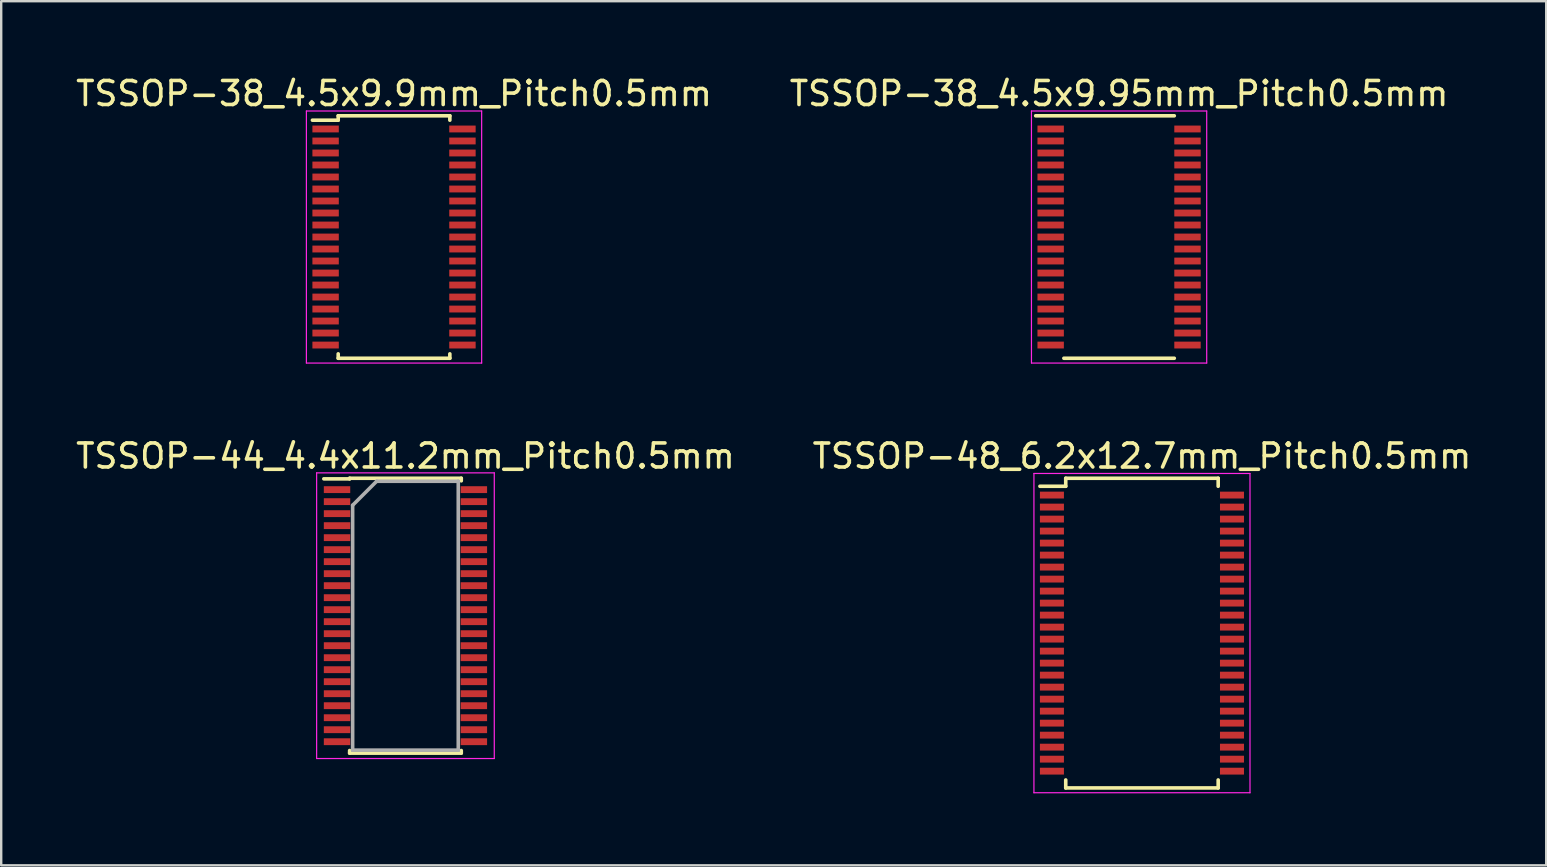
<source format=kicad_pcb>
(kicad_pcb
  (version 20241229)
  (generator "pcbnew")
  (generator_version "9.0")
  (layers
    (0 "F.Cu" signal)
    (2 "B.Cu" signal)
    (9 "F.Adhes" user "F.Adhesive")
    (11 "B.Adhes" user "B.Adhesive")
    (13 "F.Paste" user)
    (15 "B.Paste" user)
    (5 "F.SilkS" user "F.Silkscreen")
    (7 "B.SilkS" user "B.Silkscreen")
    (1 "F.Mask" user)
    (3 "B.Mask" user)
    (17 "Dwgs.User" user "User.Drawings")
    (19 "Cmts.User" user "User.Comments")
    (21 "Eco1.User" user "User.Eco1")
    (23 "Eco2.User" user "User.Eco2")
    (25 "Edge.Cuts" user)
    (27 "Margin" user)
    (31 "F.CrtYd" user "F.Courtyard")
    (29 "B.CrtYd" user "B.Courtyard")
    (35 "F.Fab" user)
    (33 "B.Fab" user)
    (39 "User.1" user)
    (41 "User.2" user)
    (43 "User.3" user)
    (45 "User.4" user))
  (footprint "TSSOP-48_6.2x12.7mm_Pitch0.5mm"
    (layer "F.Cu")
    (at 44.518 23.322)
    (property "Reference" "TSSOP-48_6.2x12.7mm_Pitch0.5mm" (at 0 -7.375 0) (layer "F.SilkS") (effects (font (size 1 1) (thickness 0.15))))
    (attr smd)
    (fp_line (start -3.175 -6.45) (end -3.175 -6.117) (stroke (width 0.15) (type solid)) (layer "F.SilkS"))
    (fp_line (start -3.175 -6.45) (end 3.175 -6.45) (stroke (width 0.15) (type solid)) (layer "F.SilkS"))
    (fp_line (start -3.175 -6.117) (end -4.25 -6.117) (stroke (width 0.15) (type solid)) (layer "F.SilkS"))
    (fp_line (start -3.175 6.45) (end -3.175 6.117) (stroke (width 0.15) (type solid)) (layer "F.SilkS"))
    (fp_line (start -3.175 6.45) (end 3.175 6.45) (stroke (width 0.15) (type solid)) (layer "F.SilkS"))
    (fp_line (start 3.175 -6.45) (end 3.175 -6.117) (stroke (width 0.15) (type solid)) (layer "F.SilkS"))
    (fp_line (start 3.175 6.45) (end 3.175 6.117) (stroke (width 0.15) (type solid)) (layer "F.SilkS"))
    (fp_line (start -4.5 -6.65) (end -4.5 6.65) (stroke (width 0.05) (type solid)) (layer "F.CrtYd"))
    (fp_line (start -4.5 -6.65) (end 4.5 -6.65) (stroke (width 0.05) (type solid)) (layer "F.CrtYd"))
    (fp_line (start -4.5 6.65) (end 4.5 6.65) (stroke (width 0.05) (type solid)) (layer "F.CrtYd"))
    (fp_line (start 4.5 -6.65) (end 4.5 6.65) (stroke (width 0.05) (type solid)) (layer "F.CrtYd"))
    (pad "1" smd rect (at -3.75 -5.75) (size 1 0.285) (layers "F.Cu" "F.Mask" "F.Paste"))
    (pad "2" smd rect (at -3.75 -5.25) (size 1 0.285) (layers "F.Cu" "F.Mask" "F.Paste"))
    (pad "3" smd rect (at -3.75 -4.75) (size 1 0.285) (layers "F.Cu" "F.Mask" "F.Paste"))
    (pad "4" smd rect (at -3.75 -4.25) (size 1 0.285) (layers "F.Cu" "F.Mask" "F.Paste"))
    (pad "5" smd rect (at -3.75 -3.75) (size 1 0.285) (layers "F.Cu" "F.Mask" "F.Paste"))
    (pad "6" smd rect (at -3.75 -3.25) (size 1 0.285) (layers "F.Cu" "F.Mask" "F.Paste"))
    (pad "7" smd rect (at -3.75 -2.75) (size 1 0.285) (layers "F.Cu" "F.Mask" "F.Paste"))
    (pad "8" smd rect (at -3.75 -2.25) (size 1 0.285) (layers "F.Cu" "F.Mask" "F.Paste"))
    (pad "9" smd rect (at -3.75 -1.75) (size 1 0.285) (layers "F.Cu" "F.Mask" "F.Paste"))
    (pad "10" smd rect (at -3.75 -1.25) (size 1 0.285) (layers "F.Cu" "F.Mask" "F.Paste"))
    (pad "11" smd rect (at -3.75 -0.75) (size 1 0.285) (layers "F.Cu" "F.Mask" "F.Paste"))
    (pad "12" smd rect (at -3.75 -0.25) (size 1 0.285) (layers "F.Cu" "F.Mask" "F.Paste"))
    (pad "13" smd rect (at -3.75 0.25) (size 1 0.285) (layers "F.Cu" "F.Mask" "F.Paste"))
    (pad "14" smd rect (at -3.75 0.75) (size 1 0.285) (layers "F.Cu" "F.Mask" "F.Paste"))
    (pad "15" smd rect (at -3.75 1.25) (size 1 0.285) (layers "F.Cu" "F.Mask" "F.Paste"))
    (pad "16" smd rect (at -3.75 1.75) (size 1 0.285) (layers "F.Cu" "F.Mask" "F.Paste"))
    (pad "17" smd rect (at -3.75 2.25) (size 1 0.285) (layers "F.Cu" "F.Mask" "F.Paste"))
    (pad "18" smd rect (at -3.75 2.75) (size 1 0.285) (layers "F.Cu" "F.Mask" "F.Paste"))
    (pad "19" smd rect (at -3.75 3.25) (size 1 0.285) (layers "F.Cu" "F.Mask" "F.Paste"))
    (pad "20" smd rect (at -3.75 3.75) (size 1 0.285) (layers "F.Cu" "F.Mask" "F.Paste"))
    (pad "21" smd rect (at -3.75 4.25) (size 1 0.285) (layers "F.Cu" "F.Mask" "F.Paste"))
    (pad "22" smd rect (at -3.75 4.75) (size 1 0.285) (layers "F.Cu" "F.Mask" "F.Paste"))
    (pad "23" smd rect (at -3.75 5.25) (size 1 0.285) (layers "F.Cu" "F.Mask" "F.Paste"))
    (pad "24" smd rect (at -3.75 5.75) (size 1 0.285) (layers "F.Cu" "F.Mask" "F.Paste"))
    (pad "25" smd rect (at 3.75 5.75) (size 1 0.285) (layers "F.Cu" "F.Mask" "F.Paste"))
    (pad "26" smd rect (at 3.75 5.25) (size 1 0.285) (layers "F.Cu" "F.Mask" "F.Paste"))
    (pad "27" smd rect (at 3.75 4.75) (size 1 0.285) (layers "F.Cu" "F.Mask" "F.Paste"))
    (pad "28" smd rect (at 3.75 4.25) (size 1 0.285) (layers "F.Cu" "F.Mask" "F.Paste"))
    (pad "29" smd rect (at 3.75 3.75) (size 1 0.285) (layers "F.Cu" "F.Mask" "F.Paste"))
    (pad "30" smd rect (at 3.75 3.25) (size 1 0.285) (layers "F.Cu" "F.Mask" "F.Paste"))
    (pad "31" smd rect (at 3.75 2.75) (size 1 0.285) (layers "F.Cu" "F.Mask" "F.Paste"))
    (pad "32" smd rect (at 3.75 2.25) (size 1 0.285) (layers "F.Cu" "F.Mask" "F.Paste"))
    (pad "33" smd rect (at 3.75 1.75) (size 1 0.285) (layers "F.Cu" "F.Mask" "F.Paste"))
    (pad "34" smd rect (at 3.75 1.25) (size 1 0.285) (layers "F.Cu" "F.Mask" "F.Paste"))
    (pad "35" smd rect (at 3.75 0.75) (size 1 0.285) (layers "F.Cu" "F.Mask" "F.Paste"))
    (pad "36" smd rect (at 3.75 0.25) (size 1 0.285) (layers "F.Cu" "F.Mask" "F.Paste"))
    (pad "37" smd rect (at 3.75 -0.25) (size 1 0.285) (layers "F.Cu" "F.Mask" "F.Paste"))
    (pad "38" smd rect (at 3.75 -0.75) (size 1 0.285) (layers "F.Cu" "F.Mask" "F.Paste"))
    (pad "39" smd rect (at 3.75 -1.25) (size 1 0.285) (layers "F.Cu" "F.Mask" "F.Paste"))
    (pad "40" smd rect (at 3.75 -1.75) (size 1 0.285) (layers "F.Cu" "F.Mask" "F.Paste"))
    (pad "41" smd rect (at 3.75 -2.25) (size 1 0.285) (layers "F.Cu" "F.Mask" "F.Paste"))
    (pad "42" smd rect (at 3.75 -2.75) (size 1 0.285) (layers "F.Cu" "F.Mask" "F.Paste"))
    (pad "43" smd rect (at 3.75 -3.25) (size 1 0.285) (layers "F.Cu" "F.Mask" "F.Paste"))
    (pad "44" smd rect (at 3.75 -3.75) (size 1 0.285) (layers "F.Cu" "F.Mask" "F.Paste"))
    (pad "45" smd rect (at 3.75 -4.25) (size 1 0.285) (layers "F.Cu" "F.Mask" "F.Paste"))
    (pad "46" smd rect (at 3.75 -4.75) (size 1 0.285) (layers "F.Cu" "F.Mask" "F.Paste"))
    (pad "47" smd rect (at 3.75 -5.25) (size 1 0.285) (layers "F.Cu" "F.Mask" "F.Paste"))
    (pad "48" smd rect (at 3.75 -5.75) (size 1 0.285) (layers "F.Cu" "F.Mask" "F.Paste")))
  (footprint "TSSOP-38_4.5x9.95mm_Pitch0.5mm"
    (layer "F.Cu")
    (at 43.565 6.823)
    (property "Reference" "TSSOP-38_4.5x9.95mm_Pitch0.5mm" (at 0 -5.975 0) (layer "F.SilkS") (effects (font (size 1 1) (thickness 0.15))))
    (attr smd)
    (fp_line (start -3.475 -5.05) (end 2.3 -5.05) (stroke (width 0.15) (type solid)) (layer "F.SilkS"))
    (fp_line (start -2.3 5.05) (end 2.3 5.05) (stroke (width 0.15) (type solid)) (layer "F.SilkS"))
    (fp_line (start -3.65 -5.25) (end -3.65 5.25) (stroke (width 0.05) (type solid)) (layer "F.CrtYd"))
    (fp_line (start -3.65 -5.25) (end 3.65 -5.25) (stroke (width 0.05) (type solid)) (layer "F.CrtYd"))
    (fp_line (start -3.65 5.25) (end 3.65 5.25) (stroke (width 0.05) (type solid)) (layer "F.CrtYd"))
    (fp_line (start 3.65 -5.25) (end 3.65 5.25) (stroke (width 0.05) (type solid)) (layer "F.CrtYd"))
    (pad "1" smd rect (at -2.85 -4.5) (size 1.1 0.285) (layers "F.Cu" "F.Mask" "F.Paste"))
    (pad "2" smd rect (at -2.85 -4) (size 1.1 0.285) (layers "F.Cu" "F.Mask" "F.Paste"))
    (pad "3" smd rect (at -2.85 -3.5) (size 1.1 0.285) (layers "F.Cu" "F.Mask" "F.Paste"))
    (pad "4" smd rect (at -2.85 -3) (size 1.1 0.285) (layers "F.Cu" "F.Mask" "F.Paste"))
    (pad "5" smd rect (at -2.85 -2.5) (size 1.1 0.285) (layers "F.Cu" "F.Mask" "F.Paste"))
    (pad "6" smd rect (at -2.85 -2) (size 1.1 0.285) (layers "F.Cu" "F.Mask" "F.Paste"))
    (pad "7" smd rect (at -2.85 -1.5) (size 1.1 0.285) (layers "F.Cu" "F.Mask" "F.Paste"))
    (pad "8" smd rect (at -2.85 -1) (size 1.1 0.285) (layers "F.Cu" "F.Mask" "F.Paste"))
    (pad "9" smd rect (at -2.85 -0.5) (size 1.1 0.285) (layers "F.Cu" "F.Mask" "F.Paste"))
    (pad "10" smd rect (at -2.85 0) (size 1.1 0.285) (layers "F.Cu" "F.Mask" "F.Paste"))
    (pad "11" smd rect (at -2.85 0.5) (size 1.1 0.285) (layers "F.Cu" "F.Mask" "F.Paste"))
    (pad "12" smd rect (at -2.85 1) (size 1.1 0.285) (layers "F.Cu" "F.Mask" "F.Paste"))
    (pad "13" smd rect (at -2.85 1.5) (size 1.1 0.285) (layers "F.Cu" "F.Mask" "F.Paste"))
    (pad "14" smd rect (at -2.85 2) (size 1.1 0.285) (layers "F.Cu" "F.Mask" "F.Paste"))
    (pad "15" smd rect (at -2.85 2.5) (size 1.1 0.285) (layers "F.Cu" "F.Mask" "F.Paste"))
    (pad "16" smd rect (at -2.85 3) (size 1.1 0.285) (layers "F.Cu" "F.Mask" "F.Paste"))
    (pad "17" smd rect (at -2.85 3.5) (size 1.1 0.285) (layers "F.Cu" "F.Mask" "F.Paste"))
    (pad "18" smd rect (at -2.85 4) (size 1.1 0.285) (layers "F.Cu" "F.Mask" "F.Paste"))
    (pad "19" smd rect (at -2.85 4.5) (size 1.1 0.285) (layers "F.Cu" "F.Mask" "F.Paste"))
    (pad "20" smd rect (at 2.85 4.5) (size 1.1 0.285) (layers "F.Cu" "F.Mask" "F.Paste"))
    (pad "21" smd rect (at 2.85 4) (size 1.1 0.285) (layers "F.Cu" "F.Mask" "F.Paste"))
    (pad "22" smd rect (at 2.85 3.5) (size 1.1 0.285) (layers "F.Cu" "F.Mask" "F.Paste"))
    (pad "23" smd rect (at 2.85 3) (size 1.1 0.285) (layers "F.Cu" "F.Mask" "F.Paste"))
    (pad "24" smd rect (at 2.85 2.5) (size 1.1 0.285) (layers "F.Cu" "F.Mask" "F.Paste"))
    (pad "25" smd rect (at 2.85 2) (size 1.1 0.285) (layers "F.Cu" "F.Mask" "F.Paste"))
    (pad "26" smd rect (at 2.85 1.5) (size 1.1 0.285) (layers "F.Cu" "F.Mask" "F.Paste"))
    (pad "27" smd rect (at 2.85 1) (size 1.1 0.285) (layers "F.Cu" "F.Mask" "F.Paste"))
    (pad "28" smd rect (at 2.85 0.5) (size 1.1 0.285) (layers "F.Cu" "F.Mask" "F.Paste"))
    (pad "29" smd rect (at 2.85 0) (size 1.1 0.285) (layers "F.Cu" "F.Mask" "F.Paste"))
    (pad "30" smd rect (at 2.85 -0.5) (size 1.1 0.285) (layers "F.Cu" "F.Mask" "F.Paste"))
    (pad "31" smd rect (at 2.85 -1) (size 1.1 0.285) (layers "F.Cu" "F.Mask" "F.Paste"))
    (pad "32" smd rect (at 2.85 -1.5) (size 1.1 0.285) (layers "F.Cu" "F.Mask" "F.Paste"))
    (pad "33" smd rect (at 2.85 -2) (size 1.1 0.285) (layers "F.Cu" "F.Mask" "F.Paste"))
    (pad "34" smd rect (at 2.85 -2.5) (size 1.1 0.285) (layers "F.Cu" "F.Mask" "F.Paste"))
    (pad "35" smd rect (at 2.85 -3) (size 1.1 0.285) (layers "F.Cu" "F.Mask" "F.Paste"))
    (pad "36" smd rect (at 2.85 -3.5) (size 1.1 0.285) (layers "F.Cu" "F.Mask" "F.Paste"))
    (pad "37" smd rect (at 2.85 -4) (size 1.1 0.285) (layers "F.Cu" "F.Mask" "F.Paste"))
    (pad "38" smd rect (at 2.85 -4.5) (size 1.1 0.285) (layers "F.Cu" "F.Mask" "F.Paste")))
  (footprint "TSSOP-38_4.5x9.9mm_Pitch0.5mm"
    (layer "F.Cu")
    (at 13.363 6.823)
    (property "Reference" "TSSOP-38_4.5x9.9mm_Pitch0.5mm" (at 0 -5.975 0) (layer "F.SilkS") (effects (font (size 1 1) (thickness 0.15))))
    (attr smd)
    (fp_line (start -2.325 -5.05) (end -2.325 -4.867) (stroke (width 0.15) (type solid)) (layer "F.SilkS"))
    (fp_line (start -2.325 -5.05) (end 2.325 -5.05) (stroke (width 0.15) (type solid)) (layer "F.SilkS"))
    (fp_line (start -2.325 -4.867) (end -3.4 -4.867) (stroke (width 0.15) (type solid)) (layer "F.SilkS"))
    (fp_line (start -2.325 5.05) (end -2.325 4.867) (stroke (width 0.15) (type solid)) (layer "F.SilkS"))
    (fp_line (start -2.325 5.05) (end 2.325 5.05) (stroke (width 0.15) (type solid)) (layer "F.SilkS"))
    (fp_line (start 2.325 -5.05) (end 2.325 -4.867) (stroke (width 0.15) (type solid)) (layer "F.SilkS"))
    (fp_line (start 2.325 5.05) (end 2.325 4.867) (stroke (width 0.15) (type solid)) (layer "F.SilkS"))
    (fp_line (start -3.65 -5.25) (end -3.65 5.25) (stroke (width 0.05) (type solid)) (layer "F.CrtYd"))
    (fp_line (start -3.65 -5.25) (end 3.65 -5.25) (stroke (width 0.05) (type solid)) (layer "F.CrtYd"))
    (fp_line (start -3.65 5.25) (end 3.65 5.25) (stroke (width 0.05) (type solid)) (layer "F.CrtYd"))
    (fp_line (start 3.65 -5.25) (end 3.65 5.25) (stroke (width 0.05) (type solid)) (layer "F.CrtYd"))
    (pad "1" smd rect (at -2.85 -4.5) (size 1.1 0.285) (layers "F.Cu" "F.Mask" "F.Paste"))
    (pad "2" smd rect (at -2.85 -4) (size 1.1 0.285) (layers "F.Cu" "F.Mask" "F.Paste"))
    (pad "3" smd rect (at -2.85 -3.5) (size 1.1 0.285) (layers "F.Cu" "F.Mask" "F.Paste"))
    (pad "4" smd rect (at -2.85 -3) (size 1.1 0.285) (layers "F.Cu" "F.Mask" "F.Paste"))
    (pad "5" smd rect (at -2.85 -2.5) (size 1.1 0.285) (layers "F.Cu" "F.Mask" "F.Paste"))
    (pad "6" smd rect (at -2.85 -2) (size 1.1 0.285) (layers "F.Cu" "F.Mask" "F.Paste"))
    (pad "7" smd rect (at -2.85 -1.5) (size 1.1 0.285) (layers "F.Cu" "F.Mask" "F.Paste"))
    (pad "8" smd rect (at -2.85 -1) (size 1.1 0.285) (layers "F.Cu" "F.Mask" "F.Paste"))
    (pad "9" smd rect (at -2.85 -0.5) (size 1.1 0.285) (layers "F.Cu" "F.Mask" "F.Paste"))
    (pad "10" smd rect (at -2.85 0) (size 1.1 0.285) (layers "F.Cu" "F.Mask" "F.Paste"))
    (pad "11" smd rect (at -2.85 0.5) (size 1.1 0.285) (layers "F.Cu" "F.Mask" "F.Paste"))
    (pad "12" smd rect (at -2.85 1) (size 1.1 0.285) (layers "F.Cu" "F.Mask" "F.Paste"))
    (pad "13" smd rect (at -2.85 1.5) (size 1.1 0.285) (layers "F.Cu" "F.Mask" "F.Paste"))
    (pad "14" smd rect (at -2.85 2) (size 1.1 0.285) (layers "F.Cu" "F.Mask" "F.Paste"))
    (pad "15" smd rect (at -2.85 2.5) (size 1.1 0.285) (layers "F.Cu" "F.Mask" "F.Paste"))
    (pad "16" smd rect (at -2.85 3) (size 1.1 0.285) (layers "F.Cu" "F.Mask" "F.Paste"))
    (pad "17" smd rect (at -2.85 3.5) (size 1.1 0.285) (layers "F.Cu" "F.Mask" "F.Paste"))
    (pad "18" smd rect (at -2.85 4) (size 1.1 0.285) (layers "F.Cu" "F.Mask" "F.Paste"))
    (pad "19" smd rect (at -2.85 4.5) (size 1.1 0.285) (layers "F.Cu" "F.Mask" "F.Paste"))
    (pad "20" smd rect (at 2.85 4.5) (size 1.1 0.285) (layers "F.Cu" "F.Mask" "F.Paste"))
    (pad "21" smd rect (at 2.85 4) (size 1.1 0.285) (layers "F.Cu" "F.Mask" "F.Paste"))
    (pad "22" smd rect (at 2.85 3.5) (size 1.1 0.285) (layers "F.Cu" "F.Mask" "F.Paste"))
    (pad "23" smd rect (at 2.85 3) (size 1.1 0.285) (layers "F.Cu" "F.Mask" "F.Paste"))
    (pad "24" smd rect (at 2.85 2.5) (size 1.1 0.285) (layers "F.Cu" "F.Mask" "F.Paste"))
    (pad "25" smd rect (at 2.85 2) (size 1.1 0.285) (layers "F.Cu" "F.Mask" "F.Paste"))
    (pad "26" smd rect (at 2.85 1.5) (size 1.1 0.285) (layers "F.Cu" "F.Mask" "F.Paste"))
    (pad "27" smd rect (at 2.85 1) (size 1.1 0.285) (layers "F.Cu" "F.Mask" "F.Paste"))
    (pad "28" smd rect (at 2.85 0.5) (size 1.1 0.285) (layers "F.Cu" "F.Mask" "F.Paste"))
    (pad "29" smd rect (at 2.85 0) (size 1.1 0.285) (layers "F.Cu" "F.Mask" "F.Paste"))
    (pad "30" smd rect (at 2.85 -0.5) (size 1.1 0.285) (layers "F.Cu" "F.Mask" "F.Paste"))
    (pad "31" smd rect (at 2.85 -1) (size 1.1 0.285) (layers "F.Cu" "F.Mask" "F.Paste"))
    (pad "32" smd rect (at 2.85 -1.5) (size 1.1 0.285) (layers "F.Cu" "F.Mask" "F.Paste"))
    (pad "33" smd rect (at 2.85 -2) (size 1.1 0.285) (layers "F.Cu" "F.Mask" "F.Paste"))
    (pad "34" smd rect (at 2.85 -2.5) (size 1.1 0.285) (layers "F.Cu" "F.Mask" "F.Paste"))
    (pad "35" smd rect (at 2.85 -3) (size 1.1 0.285) (layers "F.Cu" "F.Mask" "F.Paste"))
    (pad "36" smd rect (at 2.85 -3.5) (size 1.1 0.285) (layers "F.Cu" "F.Mask" "F.Paste"))
    (pad "37" smd rect (at 2.85 -4) (size 1.1 0.285) (layers "F.Cu" "F.Mask" "F.Paste"))
    (pad "38" smd rect (at 2.85 -4.5) (size 1.1 0.285) (layers "F.Cu" "F.Mask" "F.Paste")))
  (footprint "TSSOP-44_4.4x11.2mm_Pitch0.5mm"
    (layer "F.Cu")
    (at 13.839 22.596)
    (property "Reference" "TSSOP-44_4.4x11.2mm_Pitch0.5mm" (at 0 -6.65 0) (layer "F.SilkS") (effects (font (size 1 1) (thickness 0.15))))
    (attr smd)
    (fp_line (start -2.325 -5.725) (end -2.325 -5.7) (stroke (width 0.15) (type solid)) (layer "F.SilkS"))
    (fp_line (start -2.325 -5.725) (end 2.325 -5.725) (stroke (width 0.15) (type solid)) (layer "F.SilkS"))
    (fp_line (start -2.325 -5.7) (end -3.4 -5.7) (stroke (width 0.15) (type solid)) (layer "F.SilkS"))
    (fp_line (start -2.325 5.725) (end -2.325 5.617) (stroke (width 0.15) (type solid)) (layer "F.SilkS"))
    (fp_line (start -2.325 5.725) (end 2.325 5.725) (stroke (width 0.15) (type solid)) (layer "F.SilkS"))
    (fp_line (start 2.325 -5.725) (end 2.325 -5.617) (stroke (width 0.15) (type solid)) (layer "F.SilkS"))
    (fp_line (start 2.325 5.725) (end 2.325 5.617) (stroke (width 0.15) (type solid)) (layer "F.SilkS"))
    (fp_line (start -3.7 -5.95) (end -3.7 5.95) (stroke (width 0.05) (type solid)) (layer "F.CrtYd"))
    (fp_line (start -3.7 -5.95) (end 3.7 -5.95) (stroke (width 0.05) (type solid)) (layer "F.CrtYd"))
    (fp_line (start -3.7 5.95) (end 3.7 5.95) (stroke (width 0.05) (type solid)) (layer "F.CrtYd"))
    (fp_line (start 3.7 -5.95) (end 3.7 5.95) (stroke (width 0.05) (type solid)) (layer "F.CrtYd"))
    (fp_line (start -2.2 -4.6) (end -1.2 -5.6) (stroke (width 0.15) (type solid)) (layer "F.Fab"))
    (fp_line (start -2.2 5.6) (end -2.2 -4.6) (stroke (width 0.15) (type solid)) (layer "F.Fab"))
    (fp_line (start -1.2 -5.6) (end 2.2 -5.6) (stroke (width 0.15) (type solid)) (layer "F.Fab"))
    (fp_line (start 2.2 -5.6) (end 2.2 5.6) (stroke (width 0.15) (type solid)) (layer "F.Fab"))
    (fp_line (start 2.2 5.6) (end -2.2 5.6) (stroke (width 0.15) (type solid)) (layer "F.Fab"))
    (pad "1" smd rect (at -2.85 -5.25) (size 1.1 0.285) (layers "F.Cu" "F.Mask" "F.Paste"))
    (pad "2" smd rect (at -2.85 -4.75) (size 1.1 0.285) (layers "F.Cu" "F.Mask" "F.Paste"))
    (pad "3" smd rect (at -2.85 -4.25) (size 1.1 0.285) (layers "F.Cu" "F.Mask" "F.Paste"))
    (pad "4" smd rect (at -2.85 -3.75) (size 1.1 0.285) (layers "F.Cu" "F.Mask" "F.Paste"))
    (pad "5" smd rect (at -2.85 -3.25) (size 1.1 0.285) (layers "F.Cu" "F.Mask" "F.Paste"))
    (pad "6" smd rect (at -2.85 -2.75) (size 1.1 0.285) (layers "F.Cu" "F.Mask" "F.Paste"))
    (pad "7" smd rect (at -2.85 -2.25) (size 1.1 0.285) (layers "F.Cu" "F.Mask" "F.Paste"))
    (pad "8" smd rect (at -2.85 -1.75) (size 1.1 0.285) (layers "F.Cu" "F.Mask" "F.Paste"))
    (pad "9" smd rect (at -2.85 -1.25) (size 1.1 0.285) (layers "F.Cu" "F.Mask" "F.Paste"))
    (pad "10" smd rect (at -2.85 -0.75) (size 1.1 0.285) (layers "F.Cu" "F.Mask" "F.Paste"))
    (pad "11" smd rect (at -2.85 -0.25) (size 1.1 0.285) (layers "F.Cu" "F.Mask" "F.Paste"))
    (pad "12" smd rect (at -2.85 0.25) (size 1.1 0.285) (layers "F.Cu" "F.Mask" "F.Paste"))
    (pad "13" smd rect (at -2.85 0.75) (size 1.1 0.285) (layers "F.Cu" "F.Mask" "F.Paste"))
    (pad "14" smd rect (at -2.85 1.25) (size 1.1 0.285) (layers "F.Cu" "F.Mask" "F.Paste"))
    (pad "15" smd rect (at -2.85 1.75) (size 1.1 0.285) (layers "F.Cu" "F.Mask" "F.Paste"))
    (pad "16" smd rect (at -2.85 2.25) (size 1.1 0.285) (layers "F.Cu" "F.Mask" "F.Paste"))
    (pad "17" smd rect (at -2.85 2.75) (size 1.1 0.285) (layers "F.Cu" "F.Mask" "F.Paste"))
    (pad "18" smd rect (at -2.85 3.25) (size 1.1 0.285) (layers "F.Cu" "F.Mask" "F.Paste"))
    (pad "19" smd rect (at -2.85 3.75) (size 1.1 0.285) (layers "F.Cu" "F.Mask" "F.Paste"))
    (pad "20" smd rect (at -2.85 4.25) (size 1.1 0.285) (layers "F.Cu" "F.Mask" "F.Paste"))
    (pad "21" smd rect (at -2.85 4.75) (size 1.1 0.285) (layers "F.Cu" "F.Mask" "F.Paste"))
    (pad "22" smd rect (at -2.85 5.25) (size 1.1 0.285) (layers "F.Cu" "F.Mask" "F.Paste"))
    (pad "23" smd rect (at 2.85 5.25) (size 1.1 0.285) (layers "F.Cu" "F.Mask" "F.Paste"))
    (pad "24" smd rect (at 2.85 4.75) (size 1.1 0.285) (layers "F.Cu" "F.Mask" "F.Paste"))
    (pad "25" smd rect (at 2.85 4.25) (size 1.1 0.285) (layers "F.Cu" "F.Mask" "F.Paste"))
    (pad "26" smd rect (at 2.85 3.75) (size 1.1 0.285) (layers "F.Cu" "F.Mask" "F.Paste"))
    (pad "27" smd rect (at 2.85 3.25) (size 1.1 0.285) (layers "F.Cu" "F.Mask" "F.Paste"))
    (pad "28" smd rect (at 2.85 2.75) (size 1.1 0.285) (layers "F.Cu" "F.Mask" "F.Paste"))
    (pad "29" smd rect (at 2.85 2.25) (size 1.1 0.285) (layers "F.Cu" "F.Mask" "F.Paste"))
    (pad "30" smd rect (at 2.85 1.75) (size 1.1 0.285) (layers "F.Cu" "F.Mask" "F.Paste"))
    (pad "31" smd rect (at 2.85 1.25) (size 1.1 0.285) (layers "F.Cu" "F.Mask" "F.Paste"))
    (pad "32" smd rect (at 2.85 0.75) (size 1.1 0.285) (layers "F.Cu" "F.Mask" "F.Paste"))
    (pad "33" smd rect (at 2.85 0.25) (size 1.1 0.285) (layers "F.Cu" "F.Mask" "F.Paste"))
    (pad "34" smd rect (at 2.85 -0.25) (size 1.1 0.285) (layers "F.Cu" "F.Mask" "F.Paste"))
    (pad "35" smd rect (at 2.85 -0.75) (size 1.1 0.285) (layers "F.Cu" "F.Mask" "F.Paste"))
    (pad "36" smd rect (at 2.85 -1.25) (size 1.1 0.285) (layers "F.Cu" "F.Mask" "F.Paste"))
    (pad "37" smd rect (at 2.85 -1.75) (size 1.1 0.285) (layers "F.Cu" "F.Mask" "F.Paste"))
    (pad "38" smd rect (at 2.85 -2.25) (size 1.1 0.285) (layers "F.Cu" "F.Mask" "F.Paste"))
    (pad "39" smd rect (at 2.85 -2.75) (size 1.1 0.285) (layers "F.Cu" "F.Mask" "F.Paste"))
    (pad "40" smd rect (at 2.85 -3.25) (size 1.1 0.285) (layers "F.Cu" "F.Mask" "F.Paste"))
    (pad "41" smd rect (at 2.85 -3.75) (size 1.1 0.285) (layers "F.Cu" "F.Mask" "F.Paste"))
    (pad "42" smd rect (at 2.85 -4.25) (size 1.1 0.285) (layers "F.Cu" "F.Mask" "F.Paste"))
    (pad "43" smd rect (at 2.85 -4.75) (size 1.1 0.285) (layers "F.Cu" "F.Mask" "F.Paste"))
    (pad "44" smd rect (at 2.85 -5.25) (size 1.1 0.285) (layers "F.Cu" "F.Mask" "F.Paste")))
  (gr_rect
    (start -3 -3)
    (end 61.357 32.996)
    (stroke (width 0.1) (type default))
    (fill no)
    (layer "Edge.Cuts")))
</source>
